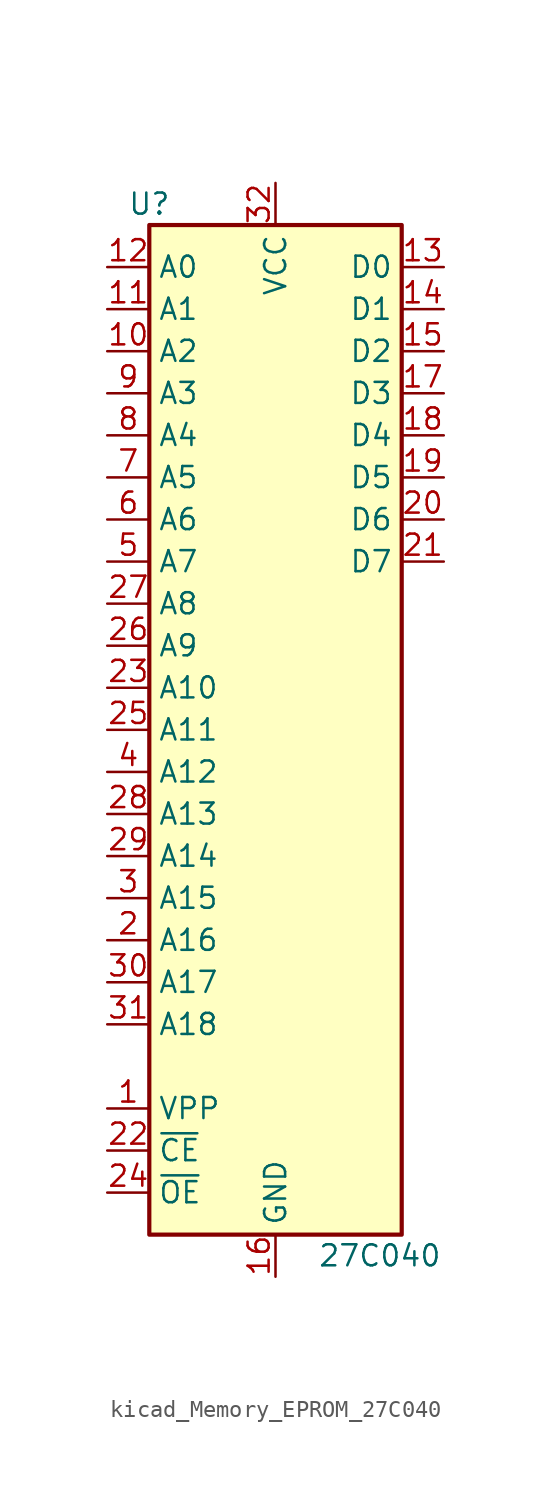
<source format=kicad_sym>
(kicad_symbol_lib
  (version 20220914)
  (generator kicad_symbol_editor)
  (symbol "kicad_Memory_EPROM_27C040"
    (property "Reference" "U"
      (at -7.62 31.75 0)
      (effects (font (size 1.27 1.27))))
    (property "Value" "27C040"
      (at 2.54 -31.75 0)
      (effects (font (size 1.27 1.27)) (justify left)))
    (symbol "kicad_Memory_EPROM_27C040_1_1"
      (rectangle (start -7.62 30.48) (end 7.62 -30.48) (stroke (width 0.254) (type default)) (fill (type background)))
      (pin input line (at -10.16 -22.86 0) (length 2.54) (name "VPP" (effects (font (size 1.27 1.27)))) (number "1" (effects (font (size 1.27 1.27)))))
      (pin input line (at -10.16 22.86 0) (length 2.54) (name "A2" (effects (font (size 1.27 1.27)))) (number "10" (effects (font (size 1.27 1.27)))))
      (pin input line (at -10.16 25.4 0) (length 2.54) (name "A1" (effects (font (size 1.27 1.27)))) (number "11" (effects (font (size 1.27 1.27)))))
      (pin input line (at -10.16 27.94 0) (length 2.54) (name "A0" (effects (font (size 1.27 1.27)))) (number "12" (effects (font (size 1.27 1.27)))))
      (pin tri_state line (at 10.16 27.94 180) (length 2.54) (name "D0" (effects (font (size 1.27 1.27)))) (number "13" (effects (font (size 1.27 1.27)))))
      (pin tri_state line (at 10.16 25.4 180) (length 2.54) (name "D1" (effects (font (size 1.27 1.27)))) (number "14" (effects (font (size 1.27 1.27)))))
      (pin tri_state line (at 10.16 22.86 180) (length 2.54) (name "D2" (effects (font (size 1.27 1.27)))) (number "15" (effects (font (size 1.27 1.27)))))
      (pin power_in line (at 0 -33.02 90) (length 2.54) (name "GND" (effects (font (size 1.27 1.27)))) (number "16" (effects (font (size 1.27 1.27)))))
      (pin tri_state line (at 10.16 20.32 180) (length 2.54) (name "D3" (effects (font (size 1.27 1.27)))) (number "17" (effects (font (size 1.27 1.27)))))
      (pin tri_state line (at 10.16 17.78 180) (length 2.54) (name "D4" (effects (font (size 1.27 1.27)))) (number "18" (effects (font (size 1.27 1.27)))))
      (pin tri_state line (at 10.16 15.24 180) (length 2.54) (name "D5" (effects (font (size 1.27 1.27)))) (number "19" (effects (font (size 1.27 1.27)))))
      (pin input line (at -10.16 -12.7 0) (length 2.54) (name "A16" (effects (font (size 1.27 1.27)))) (number "2" (effects (font (size 1.27 1.27)))))
      (pin tri_state line (at 10.16 12.7 180) (length 2.54) (name "D6" (effects (font (size 1.27 1.27)))) (number "20" (effects (font (size 1.27 1.27)))))
      (pin tri_state line (at 10.16 10.16 180) (length 2.54) (name "D7" (effects (font (size 1.27 1.27)))) (number "21" (effects (font (size 1.27 1.27)))))
      (pin input line (at -10.16 -25.4 0) (length 2.54) (name "~{CE}" (effects (font (size 1.27 1.27)))) (number "22" (effects (font (size 1.27 1.27)))))
      (pin input line (at -10.16 2.54 0) (length 2.54) (name "A10" (effects (font (size 1.27 1.27)))) (number "23" (effects (font (size 1.27 1.27)))))
      (pin input line (at -10.16 -27.94 0) (length 2.54) (name "~{OE}" (effects (font (size 1.27 1.27)))) (number "24" (effects (font (size 1.27 1.27)))))
      (pin input line (at -10.16 0 0) (length 2.54) (name "A11" (effects (font (size 1.27 1.27)))) (number "25" (effects (font (size 1.27 1.27)))))
      (pin input line (at -10.16 5.08 0) (length 2.54) (name "A9" (effects (font (size 1.27 1.27)))) (number "26" (effects (font (size 1.27 1.27)))))
      (pin input line (at -10.16 7.62 0) (length 2.54) (name "A8" (effects (font (size 1.27 1.27)))) (number "27" (effects (font (size 1.27 1.27)))))
      (pin input line (at -10.16 -5.08 0) (length 2.54) (name "A13" (effects (font (size 1.27 1.27)))) (number "28" (effects (font (size 1.27 1.27)))))
      (pin input line (at -10.16 -7.62 0) (length 2.54) (name "A14" (effects (font (size 1.27 1.27)))) (number "29" (effects (font (size 1.27 1.27)))))
      (pin input line (at -10.16 -10.16 0) (length 2.54) (name "A15" (effects (font (size 1.27 1.27)))) (number "3" (effects (font (size 1.27 1.27)))))
      (pin input line (at -10.16 -15.24 0) (length 2.54) (name "A17" (effects (font (size 1.27 1.27)))) (number "30" (effects (font (size 1.27 1.27)))))
      (pin input line (at -10.16 -17.78 0) (length 2.54) (name "A18" (effects (font (size 1.27 1.27)))) (number "31" (effects (font (size 1.27 1.27)))))
      (pin power_in line (at 0 33.02 270) (length 2.54) (name "VCC" (effects (font (size 1.27 1.27)))) (number "32" (effects (font (size 1.27 1.27)))))
      (pin input line (at -10.16 -2.54 0) (length 2.54) (name "A12" (effects (font (size 1.27 1.27)))) (number "4" (effects (font (size 1.27 1.27)))))
      (pin input line (at -10.16 10.16 0) (length 2.54) (name "A7" (effects (font (size 1.27 1.27)))) (number "5" (effects (font (size 1.27 1.27)))))
      (pin input line (at -10.16 12.7 0) (length 2.54) (name "A6" (effects (font (size 1.27 1.27)))) (number "6" (effects (font (size 1.27 1.27)))))
      (pin input line (at -10.16 15.24 0) (length 2.54) (name "A5" (effects (font (size 1.27 1.27)))) (number "7" (effects (font (size 1.27 1.27)))))
      (pin input line (at -10.16 17.78 0) (length 2.54) (name "A4" (effects (font (size 1.27 1.27)))) (number "8" (effects (font (size 1.27 1.27)))))
      (pin input line (at -10.16 20.32 0) (length 2.54) (name "A3" (effects (font (size 1.27 1.27)))) (number "9" (effects (font (size 1.27 1.27))))))))
</source>
